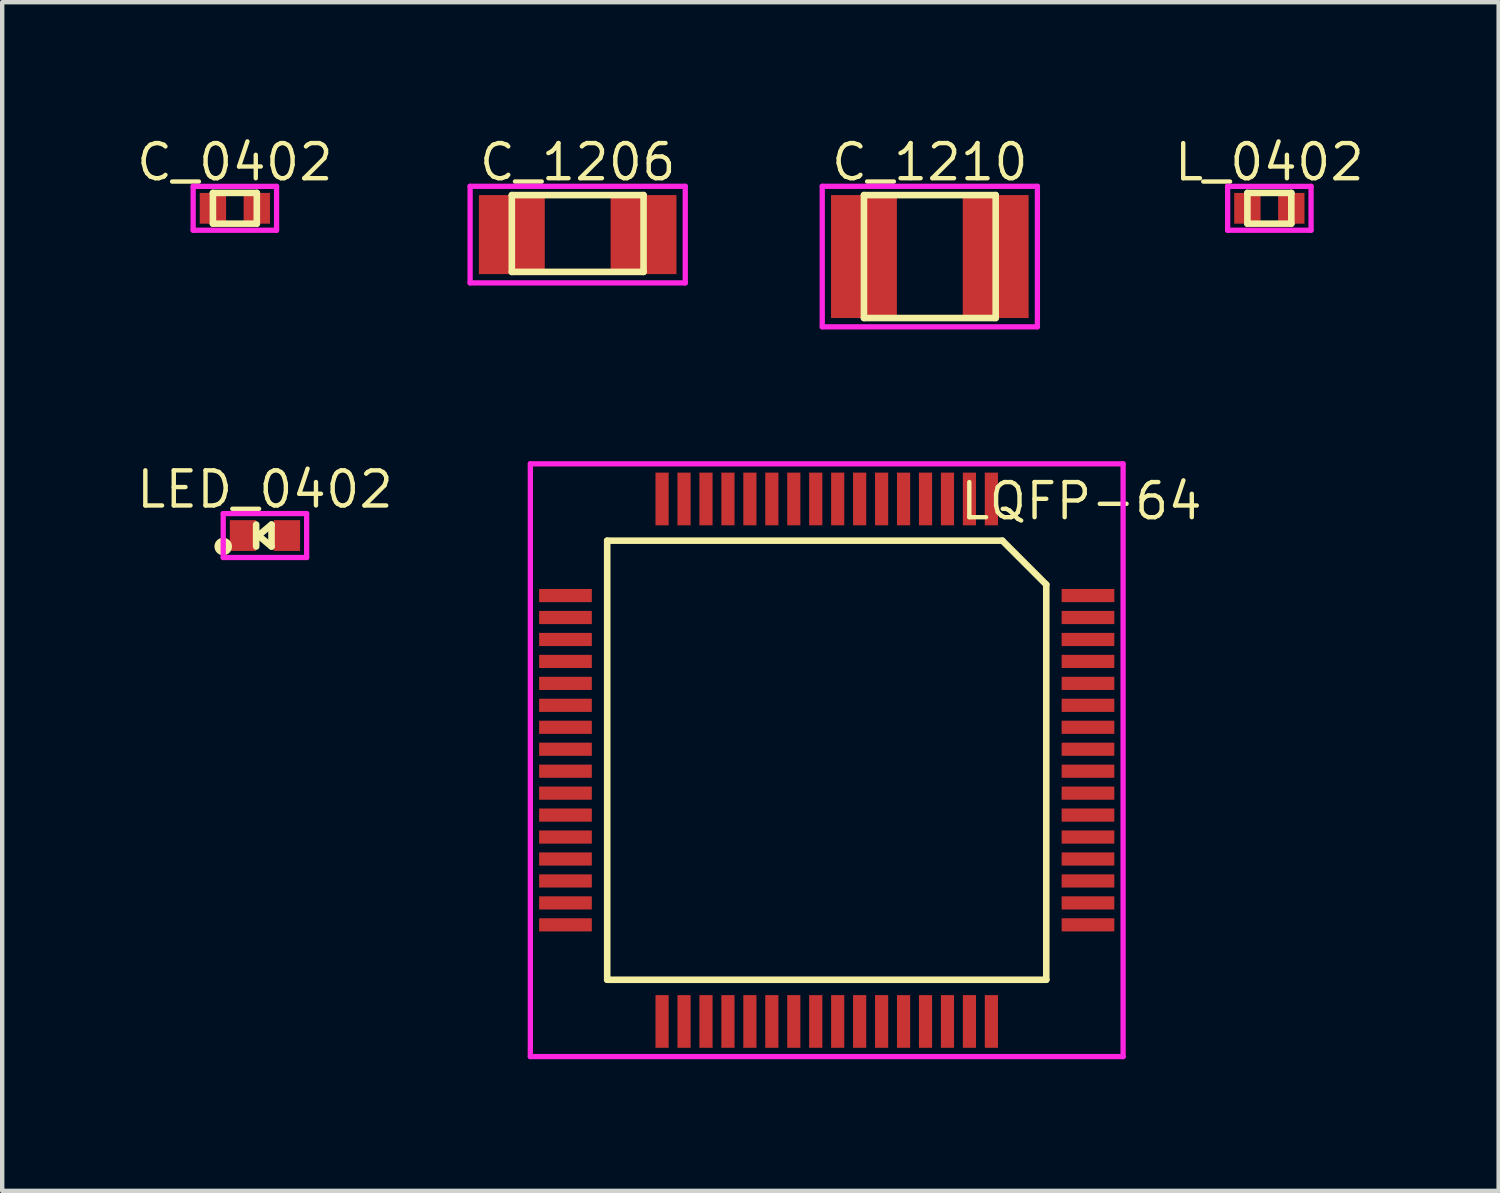
<source format=kicad_pcb>
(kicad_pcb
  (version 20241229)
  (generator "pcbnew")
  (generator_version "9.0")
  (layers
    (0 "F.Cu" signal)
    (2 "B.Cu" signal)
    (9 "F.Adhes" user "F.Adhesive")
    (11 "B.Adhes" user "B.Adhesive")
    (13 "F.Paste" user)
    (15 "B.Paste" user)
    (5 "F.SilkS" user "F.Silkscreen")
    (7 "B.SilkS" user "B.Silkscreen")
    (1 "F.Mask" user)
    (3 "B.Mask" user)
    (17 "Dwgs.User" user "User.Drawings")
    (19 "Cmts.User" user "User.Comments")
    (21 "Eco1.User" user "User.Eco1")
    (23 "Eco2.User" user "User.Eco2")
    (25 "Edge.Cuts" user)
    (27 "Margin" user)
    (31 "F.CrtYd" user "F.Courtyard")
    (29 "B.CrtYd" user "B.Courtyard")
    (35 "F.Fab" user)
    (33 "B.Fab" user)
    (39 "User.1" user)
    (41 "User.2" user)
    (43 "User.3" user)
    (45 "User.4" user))
  (footprint "C_0402"
    (layer "F.Cu")
    (at 2.299 1.694)
    (property "Reference" "C_0402" (at 0 -1.05 0) (layer "F.SilkS") (effects (font (size 0.8 0.8) (thickness 0.1))))
    (attr smd)
    (fp_line (start -0.5 -0.35) (end 0.5 -0.35) (stroke (width 0.15) (type solid)) (layer "F.SilkS"))
    (fp_line (start -0.5 0.35) (end -0.5 -0.35) (stroke (width 0.15) (type solid)) (layer "F.SilkS"))
    (fp_line (start 0.5 -0.35) (end 0.5 0.35) (stroke (width 0.15) (type solid)) (layer "F.SilkS"))
    (fp_line (start 0.5 0.35) (end -0.5 0.35) (stroke (width 0.15) (type solid)) (layer "F.SilkS"))
    (fp_line (start -0.95 -0.5) (end 0.95 -0.5) (stroke (width 0.12) (type solid)) (layer "F.CrtYd"))
    (fp_line (start -0.95 0.5) (end -0.95 -0.5) (stroke (width 0.12) (type solid)) (layer "F.CrtYd"))
    (fp_line (start 0.95 -0.5) (end 0.95 0.5) (stroke (width 0.12) (type solid)) (layer "F.CrtYd"))
    (fp_line (start 0.95 0.5) (end -0.95 0.5) (stroke (width 0.12) (type solid)) (layer "F.CrtYd"))
    (pad "1" smd rect (at -0.5 0) (size 0.6 0.7) (layers "F.Cu" "F.Mask" "F.Paste"))
    (pad "2" smd rect (at 0.5 0) (size 0.6 0.7) (layers "F.Cu" "F.Mask" "F.Paste")))
  (footprint "LQFP-64"
    (layer "F.Cu")
    (at 15.779 14.264)
    (property "Reference" "LQFP-64" (at 5.8 -5.9 180) (layer "F.SilkS") (effects (font (size 0.8 0.8) (thickness 0.1))))
    (attr through_hole)
    (fp_line (start -5 -5) (end 4 -5) (stroke (width 0.15) (type solid)) (layer "F.SilkS"))
    (fp_line (start -5 5) (end -5 -5) (stroke (width 0.15) (type solid)) (layer "F.SilkS"))
    (fp_line (start 4 -5) (end 5 -4) (stroke (width 0.15) (type solid)) (layer "F.SilkS"))
    (fp_line (start 5 -4) (end 5 5) (stroke (width 0.15) (type solid)) (layer "F.SilkS"))
    (fp_line (start 5 5) (end -5 5) (stroke (width 0.15) (type solid)) (layer "F.SilkS"))
    (fp_line (start -6.75 -6.75) (end 6.75 -6.75) (stroke (width 0.12) (type solid)) (layer "F.CrtYd"))
    (fp_line (start -6.75 6.75) (end -6.75 -6.75) (stroke (width 0.12) (type solid)) (layer "F.CrtYd"))
    (fp_line (start 6.75 -6.75) (end 6.75 6.75) (stroke (width 0.12) (type solid)) (layer "F.CrtYd"))
    (fp_line (start 6.75 6.75) (end -6.75 6.75) (stroke (width 0.12) (type solid)) (layer "F.CrtYd"))
    (pad "1" smd rect (at 3.75 -5.95 270) (size 1.2 0.3) (layers "F.Cu" "F.Mask" "F.Paste"))
    (pad "2" smd rect (at 3.25 -5.95 270) (size 1.2 0.3) (layers "F.Cu" "F.Mask" "F.Paste"))
    (pad "3" smd rect (at 2.75 -5.95 270) (size 1.2 0.3) (layers "F.Cu" "F.Mask" "F.Paste"))
    (pad "4" smd rect (at 2.25 -5.95 270) (size 1.2 0.3) (layers "F.Cu" "F.Mask" "F.Paste"))
    (pad "5" smd rect (at 1.75 -5.95 270) (size 1.2 0.3) (layers "F.Cu" "F.Mask" "F.Paste"))
    (pad "6" smd rect (at 1.25 -5.95 270) (size 1.2 0.3) (layers "F.Cu" "F.Mask" "F.Paste"))
    (pad "7" smd rect (at 0.75 -5.95 270) (size 1.2 0.3) (layers "F.Cu" "F.Mask" "F.Paste"))
    (pad "8" smd rect (at 0.25 -5.95 270) (size 1.2 0.3) (layers "F.Cu" "F.Mask" "F.Paste"))
    (pad "9" smd rect (at -0.25 -5.95 270) (size 1.2 0.3) (layers "F.Cu" "F.Mask" "F.Paste"))
    (pad "10" smd rect (at -0.75 -5.95 270) (size 1.2 0.3) (layers "F.Cu" "F.Mask" "F.Paste"))
    (pad "11" smd rect (at -1.25 -5.95 270) (size 1.2 0.3) (layers "F.Cu" "F.Mask" "F.Paste"))
    (pad "12" smd rect (at -1.75 -5.95 270) (size 1.2 0.3) (layers "F.Cu" "F.Mask" "F.Paste"))
    (pad "13" smd rect (at -2.25 -5.95 270) (size 1.2 0.3) (layers "F.Cu" "F.Mask" "F.Paste"))
    (pad "14" smd rect (at -2.75 -5.95 270) (size 1.2 0.3) (layers "F.Cu" "F.Mask" "F.Paste"))
    (pad "15" smd rect (at -3.25 -5.95 270) (size 1.2 0.3) (layers "F.Cu" "F.Mask" "F.Paste"))
    (pad "16" smd rect (at -3.75 -5.95 270) (size 1.2 0.3) (layers "F.Cu" "F.Mask" "F.Paste"))
    (pad "17" smd rect (at -5.95 -3.75) (size 1.2 0.3) (layers "F.Cu" "F.Mask" "F.Paste"))
    (pad "18" smd rect (at -5.95 -3.25) (size 1.2 0.3) (layers "F.Cu" "F.Mask" "F.Paste"))
    (pad "19" smd rect (at -5.95 -2.75) (size 1.2 0.3) (layers "F.Cu" "F.Mask" "F.Paste"))
    (pad "20" smd rect (at -5.95 -2.25) (size 1.2 0.3) (layers "F.Cu" "F.Mask" "F.Paste"))
    (pad "21" smd rect (at -5.95 -1.75) (size 1.2 0.3) (layers "F.Cu" "F.Mask" "F.Paste"))
    (pad "22" smd rect (at -5.95 -1.25) (size 1.2 0.3) (layers "F.Cu" "F.Mask" "F.Paste"))
    (pad "23" smd rect (at -5.95 -0.75) (size 1.2 0.3) (layers "F.Cu" "F.Mask" "F.Paste"))
    (pad "24" smd rect (at -5.95 -0.25) (size 1.2 0.3) (layers "F.Cu" "F.Mask" "F.Paste"))
    (pad "25" smd rect (at -5.95 0.25) (size 1.2 0.3) (layers "F.Cu" "F.Mask" "F.Paste"))
    (pad "26" smd rect (at -5.95 0.75) (size 1.2 0.3) (layers "F.Cu" "F.Mask" "F.Paste"))
    (pad "27" smd rect (at -5.95 1.25) (size 1.2 0.3) (layers "F.Cu" "F.Mask" "F.Paste"))
    (pad "28" smd rect (at -5.95 1.75) (size 1.2 0.3) (layers "F.Cu" "F.Mask" "F.Paste"))
    (pad "29" smd rect (at -5.95 2.25) (size 1.2 0.3) (layers "F.Cu" "F.Mask" "F.Paste"))
    (pad "30" smd rect (at -5.95 2.75) (size 1.2 0.3) (layers "F.Cu" "F.Mask" "F.Paste"))
    (pad "31" smd rect (at -5.95 3.25) (size 1.2 0.3) (layers "F.Cu" "F.Mask" "F.Paste"))
    (pad "32" smd rect (at -5.95 3.75) (size 1.2 0.3) (layers "F.Cu" "F.Mask" "F.Paste"))
    (pad "33" smd rect (at -3.75 5.95 90) (size 1.2 0.3) (layers "F.Cu" "F.Mask" "F.Paste"))
    (pad "34" smd rect (at -3.25 5.95 90) (size 1.2 0.3) (layers "F.Cu" "F.Mask" "F.Paste"))
    (pad "35" smd rect (at -2.75 5.95 90) (size 1.2 0.3) (layers "F.Cu" "F.Mask" "F.Paste"))
    (pad "36" smd rect (at -2.25 5.95 90) (size 1.2 0.3) (layers "F.Cu" "F.Mask" "F.Paste"))
    (pad "37" smd rect (at -1.75 5.95 90) (size 1.2 0.3) (layers "F.Cu" "F.Mask" "F.Paste"))
    (pad "38" smd rect (at -1.25 5.95 90) (size 1.2 0.3) (layers "F.Cu" "F.Mask" "F.Paste"))
    (pad "39" smd rect (at -0.75 5.95 90) (size 1.2 0.3) (layers "F.Cu" "F.Mask" "F.Paste"))
    (pad "40" smd rect (at -0.25 5.95 90) (size 1.2 0.3) (layers "F.Cu" "F.Mask" "F.Paste"))
    (pad "41" smd rect (at 0.25 5.95 90) (size 1.2 0.3) (layers "F.Cu" "F.Mask" "F.Paste"))
    (pad "42" smd rect (at 0.75 5.95 90) (size 1.2 0.3) (layers "F.Cu" "F.Mask" "F.Paste"))
    (pad "43" smd rect (at 1.25 5.95 90) (size 1.2 0.3) (layers "F.Cu" "F.Mask" "F.Paste"))
    (pad "44" smd rect (at 1.75 5.95 90) (size 1.2 0.3) (layers "F.Cu" "F.Mask" "F.Paste"))
    (pad "45" smd rect (at 2.25 5.95 90) (size 1.2 0.3) (layers "F.Cu" "F.Mask" "F.Paste"))
    (pad "46" smd rect (at 2.75 5.95 90) (size 1.2 0.3) (layers "F.Cu" "F.Mask" "F.Paste"))
    (pad "47" smd rect (at 3.25 5.95 90) (size 1.2 0.3) (layers "F.Cu" "F.Mask" "F.Paste"))
    (pad "48" smd rect (at 3.75 5.95 90) (size 1.2 0.3) (layers "F.Cu" "F.Mask" "F.Paste"))
    (pad "49" smd rect (at 5.95 3.75 180) (size 1.2 0.3) (layers "F.Cu" "F.Mask" "F.Paste"))
    (pad "50" smd rect (at 5.95 3.25 180) (size 1.2 0.3) (layers "F.Cu" "F.Mask" "F.Paste"))
    (pad "51" smd rect (at 5.95 2.75 180) (size 1.2 0.3) (layers "F.Cu" "F.Mask" "F.Paste"))
    (pad "52" smd rect (at 5.95 2.25 180) (size 1.2 0.3) (layers "F.Cu" "F.Mask" "F.Paste"))
    (pad "53" smd rect (at 5.95 1.75 180) (size 1.2 0.3) (layers "F.Cu" "F.Mask" "F.Paste"))
    (pad "54" smd rect (at 5.95 1.25 180) (size 1.2 0.3) (layers "F.Cu" "F.Mask" "F.Paste"))
    (pad "55" smd rect (at 5.95 0.75 180) (size 1.2 0.3) (layers "F.Cu" "F.Mask" "F.Paste"))
    (pad "56" smd rect (at 5.95 0.25 180) (size 1.2 0.3) (layers "F.Cu" "F.Mask" "F.Paste"))
    (pad "57" smd rect (at 5.95 -0.25 180) (size 1.2 0.3) (layers "F.Cu" "F.Mask" "F.Paste"))
    (pad "58" smd rect (at 5.95 -0.75 180) (size 1.2 0.3) (layers "F.Cu" "F.Mask" "F.Paste"))
    (pad "59" smd rect (at 5.95 -1.25 180) (size 1.2 0.3) (layers "F.Cu" "F.Mask" "F.Paste"))
    (pad "60" smd rect (at 5.95 -1.75 180) (size 1.2 0.3) (layers "F.Cu" "F.Mask" "F.Paste"))
    (pad "61" smd rect (at 5.95 -2.25 180) (size 1.2 0.3) (layers "F.Cu" "F.Mask" "F.Paste"))
    (pad "62" smd rect (at 5.95 -2.75 180) (size 1.2 0.3) (layers "F.Cu" "F.Mask" "F.Paste"))
    (pad "63" smd rect (at 5.95 -3.25 180) (size 1.2 0.3) (layers "F.Cu" "F.Mask" "F.Paste"))
    (pad "64" smd rect (at 5.95 -3.75 180) (size 1.2 0.3) (layers "F.Cu" "F.Mask" "F.Paste")))
  (footprint "C_1206"
    (layer "F.Cu")
    (at 10.107 2.293)
    (property "Reference" "C_1206" (at 0 -1.65 0) (layer "F.SilkS") (effects (font (size 0.8 0.8) (thickness 0.1))))
    (attr smd)
    (fp_line (start -1.5 -0.9) (end 1.5 -0.9) (stroke (width 0.15) (type solid)) (layer "F.SilkS"))
    (fp_line (start -1.5 0.85) (end -1.5 -0.9) (stroke (width 0.15) (type solid)) (layer "F.SilkS"))
    (fp_line (start 1.5 -0.9) (end 1.5 0.85) (stroke (width 0.15) (type solid)) (layer "F.SilkS"))
    (fp_line (start 1.5 0.85) (end -1.5 0.85) (stroke (width 0.15) (type solid)) (layer "F.SilkS"))
    (fp_line (start -2.45 -1.1) (end 2.45 -1.1) (stroke (width 0.12) (type solid)) (layer "F.CrtYd"))
    (fp_line (start -2.45 1.1) (end -2.45 -1.1) (stroke (width 0.12) (type solid)) (layer "F.CrtYd"))
    (fp_line (start 2.45 -1.1) (end 2.45 1.1) (stroke (width 0.12) (type solid)) (layer "F.CrtYd"))
    (fp_line (start 2.45 1.1) (end -2.45 1.1) (stroke (width 0.12) (type solid)) (layer "F.CrtYd"))
    (pad "1" smd rect (at -1.5 0) (size 1.5 1.8) (layers "F.Cu" "F.Mask" "F.Paste"))
    (pad "2" smd rect (at 1.5 0) (size 1.5 1.8) (layers "F.Cu" "F.Mask" "F.Paste")))
  (footprint "C_1210"
    (layer "F.Cu")
    (at 18.127 2.793)
    (property "Reference" "C_1210" (at 0 -2.15 0) (layer "F.SilkS") (effects (font (size 0.8 0.8) (thickness 0.1))))
    (attr smd)
    (fp_line (start -1.5 -1.4) (end 1.5 -1.4) (stroke (width 0.15) (type solid)) (layer "F.SilkS"))
    (fp_line (start -1.5 1.4) (end -1.5 -1.4) (stroke (width 0.15) (type solid)) (layer "F.SilkS"))
    (fp_line (start 1.5 -1.4) (end 1.5 1.4) (stroke (width 0.15) (type solid)) (layer "F.SilkS"))
    (fp_line (start 1.5 1.4) (end -1.5 1.4) (stroke (width 0.15) (type solid)) (layer "F.SilkS"))
    (fp_line (start -2.45 -1.6) (end 2.45 -1.6) (stroke (width 0.12) (type solid)) (layer "F.CrtYd"))
    (fp_line (start -2.45 1.6) (end -2.45 -1.6) (stroke (width 0.12) (type solid)) (layer "F.CrtYd"))
    (fp_line (start 2.45 -1.6) (end 2.45 1.6) (stroke (width 0.12) (type solid)) (layer "F.CrtYd"))
    (fp_line (start 2.45 1.6) (end -2.45 1.6) (stroke (width 0.12) (type solid)) (layer "F.CrtYd"))
    (pad "1" smd rect (at -1.5 0) (size 1.5 2.8) (layers "F.Cu" "F.Mask" "F.Paste"))
    (pad "2" smd rect (at 1.5 0) (size 1.5 2.8) (layers "F.Cu" "F.Mask" "F.Paste")))
  (footprint "L_0402"
    (layer "F.Cu")
    (at 25.86 1.694)
    (property "Reference" "L_0402" (at 0 -1.05 0) (layer "F.SilkS") (effects (font (size 0.8 0.8) (thickness 0.1))))
    (attr smd)
    (fp_line (start -0.5 -0.35) (end 0.5 -0.35) (stroke (width 0.15) (type solid)) (layer "F.SilkS"))
    (fp_line (start -0.5 0.35) (end -0.5 -0.35) (stroke (width 0.15) (type solid)) (layer "F.SilkS"))
    (fp_line (start 0.5 -0.35) (end 0.5 0.35) (stroke (width 0.15) (type solid)) (layer "F.SilkS"))
    (fp_line (start 0.5 0.35) (end -0.5 0.35) (stroke (width 0.15) (type solid)) (layer "F.SilkS"))
    (fp_line (start -0.95 0.5) (end -0.95 -0.5) (stroke (width 0.12) (type solid)) (layer "F.CrtYd"))
    (fp_line (start 0.95 -0.5) (end -0.95 -0.5) (stroke (width 0.12) (type solid)) (layer "F.CrtYd"))
    (fp_line (start 0.95 -0.5) (end 0.95 0.5) (stroke (width 0.12) (type solid)) (layer "F.CrtYd"))
    (fp_line (start 0.95 0.5) (end -0.95 0.5) (stroke (width 0.12) (type solid)) (layer "F.CrtYd"))
    (pad "1" smd rect (at -0.5 0) (size 0.6 0.7) (layers "F.Cu" "F.Mask" "F.Paste"))
    (pad "2" smd rect (at 0.5 0) (size 0.6 0.7) (layers "F.Cu" "F.Mask" "F.Paste")))
  (footprint "LED_0402"
    (layer "F.Cu")
    (at 2.984 9.147)
    (property "Reference" "LED_0402" (at 0 -1.05 0) (layer "F.SilkS") (effects (font (size 0.8 0.8) (thickness 0.1))))
    (attr smd)
    (fp_line (start -0.2 0.25) (end -0.2 -0.25) (stroke (width 0.15) (type solid)) (layer "F.SilkS"))
    (fp_line (start -0.15 0) (end 0.15 0.25) (stroke (width 0.15) (type solid)) (layer "F.SilkS"))
    (fp_line (start 0.15 -0.25) (end -0.15 0) (stroke (width 0.15) (type solid)) (layer "F.SilkS"))
    (fp_line (start 0.15 0.25) (end 0.15 -0.25) (stroke (width 0.15) (type solid)) (layer "F.SilkS"))
    (fp_circle (center -0.95 0.25) (end -0.95 0.3) (stroke (width 0.15) (type solid)) (fill no) (layer "F.SilkS"))
    (fp_line (start -0.95 0.5) (end -0.95 -0.5) (stroke (width 0.12) (type solid)) (layer "F.CrtYd"))
    (fp_line (start 0.95 -0.5) (end -0.95 -0.5) (stroke (width 0.12) (type solid)) (layer "F.CrtYd"))
    (fp_line (start 0.95 -0.5) (end 0.95 0.5) (stroke (width 0.12) (type solid)) (layer "F.CrtYd"))
    (fp_line (start 0.95 0.5) (end -0.95 0.5) (stroke (width 0.12) (type solid)) (layer "F.CrtYd"))
    (pad "1" smd rect (at -0.5 0) (size 0.6 0.7) (layers "F.Cu" "F.Mask" "F.Paste"))
    (pad "2" smd rect (at 0.5 0) (size 0.6 0.7) (layers "F.Cu" "F.Mask" "F.Paste")))
  (gr_rect
    (start -3 -3)
    (end 31.082 24.073)
    (stroke (width 0.1) (type default))
    (fill no)
    (layer "Edge.Cuts")))
</source>
